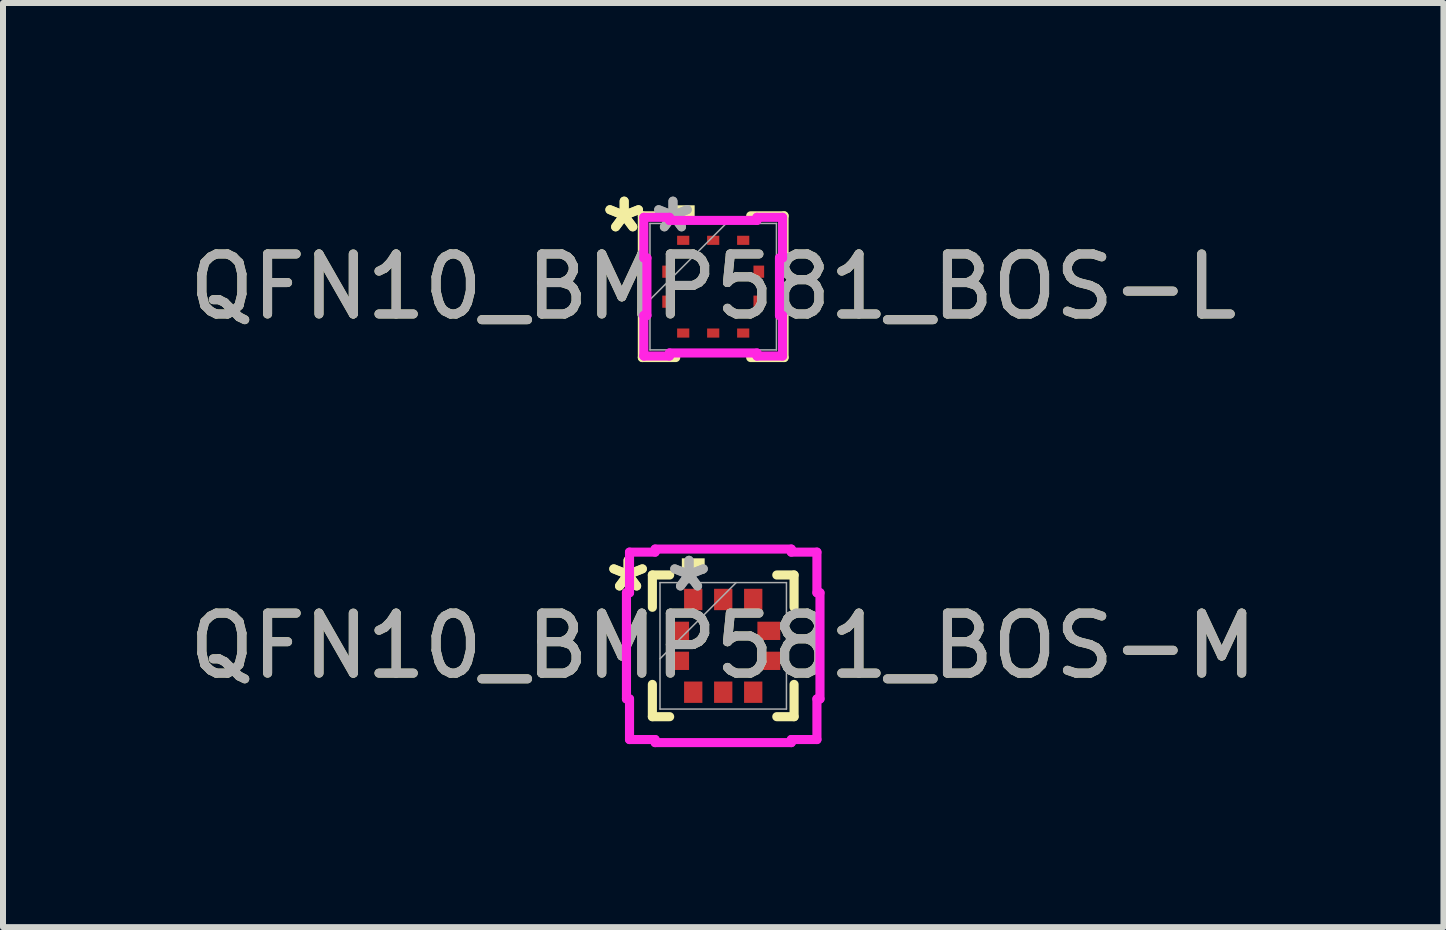
<source format=kicad_pcb>
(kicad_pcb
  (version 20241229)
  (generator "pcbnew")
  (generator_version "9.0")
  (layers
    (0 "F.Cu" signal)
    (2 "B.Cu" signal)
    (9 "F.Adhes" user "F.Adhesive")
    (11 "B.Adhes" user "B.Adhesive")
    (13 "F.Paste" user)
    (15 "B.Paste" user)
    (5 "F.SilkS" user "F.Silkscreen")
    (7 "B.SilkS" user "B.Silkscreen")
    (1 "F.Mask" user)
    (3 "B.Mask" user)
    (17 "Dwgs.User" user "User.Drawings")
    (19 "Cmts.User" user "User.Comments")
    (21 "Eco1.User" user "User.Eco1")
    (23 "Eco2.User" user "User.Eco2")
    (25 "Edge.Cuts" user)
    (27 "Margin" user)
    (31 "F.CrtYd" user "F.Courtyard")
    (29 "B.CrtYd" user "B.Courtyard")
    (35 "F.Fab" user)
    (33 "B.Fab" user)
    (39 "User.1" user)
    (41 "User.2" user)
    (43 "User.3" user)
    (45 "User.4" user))
  (footprint "QFN10_BMP581_BOS-L"
    (layer "F.Cu")
    (at 8.839 1.729)
    (property "Reference" "QFN10_BMP581_BOS-L" (at 0 0 0) (unlocked yes) (layer "F.SilkS") (effects (font (size 1 1) (thickness 0.15))))
    (attr smd)
    (fp_line (start -1.181 -1.181) (end -1.181 -0.375) (stroke (width 0.152) (type solid)) (layer "F.SilkS"))
    (fp_line (start -1.181 0.375) (end -1.181 1.181) (stroke (width 0.152) (type solid)) (layer "F.SilkS"))
    (fp_line (start -1.181 1.181) (end -0.625 1.181) (stroke (width 0.152) (type solid)) (layer "F.SilkS"))
    (fp_line (start -0.625 -1.181) (end -1.181 -1.181) (stroke (width 0.152) (type solid)) (layer "F.SilkS"))
    (fp_line (start 0.625 1.181) (end 1.181 1.181) (stroke (width 0.152) (type solid)) (layer "F.SilkS"))
    (fp_line (start 1.181 -1.181) (end 0.625 -1.181) (stroke (width 0.152) (type solid)) (layer "F.SilkS"))
    (fp_line (start 1.181 -0.375) (end 1.181 -1.181) (stroke (width 0.152) (type solid)) (layer "F.SilkS"))
    (fp_line (start 1.181 1.181) (end 1.181 0.375) (stroke (width 0.152) (type solid)) (layer "F.SilkS"))
    (fp_poly (pts (xy -0.69 -1.103) (xy -0.69 -1.357) (xy -0.309 -1.357) (xy -0.309 -1.103)) (stroke (width 0) (type solid)) (fill yes) (layer "F.SilkS"))
    (fp_line (start -1.156 -1.156) (end -0.729 -1.156) (stroke (width 0.152) (type solid)) (layer "F.CrtYd"))
    (fp_line (start -1.156 -0.479) (end -1.156 -1.156) (stroke (width 0.152) (type solid)) (layer "F.CrtYd"))
    (fp_line (start -1.156 0.479) (end -1.105 0.479) (stroke (width 0.152) (type solid)) (layer "F.CrtYd"))
    (fp_line (start -1.156 1.156) (end -1.156 0.479) (stroke (width 0.152) (type solid)) (layer "F.CrtYd"))
    (fp_line (start -1.156 1.156) (end -0.729 1.156) (stroke (width 0.152) (type solid)) (layer "F.CrtYd"))
    (fp_line (start -1.105 -0.479) (end -1.156 -0.479) (stroke (width 0.152) (type solid)) (layer "F.CrtYd"))
    (fp_line (start -1.105 0.479) (end -1.105 -0.479) (stroke (width 0.152) (type solid)) (layer "F.CrtYd"))
    (fp_line (start -0.729 -1.156) (end -0.729 -1.105) (stroke (width 0.152) (type solid)) (layer "F.CrtYd"))
    (fp_line (start -0.729 -1.105) (end 0.729 -1.105) (stroke (width 0.152) (type solid)) (layer "F.CrtYd"))
    (fp_line (start -0.729 1.105) (end 0.729 1.105) (stroke (width 0.152) (type solid)) (layer "F.CrtYd"))
    (fp_line (start -0.729 1.156) (end -0.729 1.105) (stroke (width 0.152) (type solid)) (layer "F.CrtYd"))
    (fp_line (start 0.729 -1.156) (end 1.156 -1.156) (stroke (width 0.152) (type solid)) (layer "F.CrtYd"))
    (fp_line (start 0.729 -1.105) (end 0.729 -1.156) (stroke (width 0.152) (type solid)) (layer "F.CrtYd"))
    (fp_line (start 0.729 1.105) (end 0.729 1.156) (stroke (width 0.152) (type solid)) (layer "F.CrtYd"))
    (fp_line (start 0.729 1.156) (end 1.156 1.156) (stroke (width 0.152) (type solid)) (layer "F.CrtYd"))
    (fp_line (start 1.105 -0.479) (end 1.156 -0.479) (stroke (width 0.152) (type solid)) (layer "F.CrtYd"))
    (fp_line (start 1.105 0.479) (end 1.105 -0.479) (stroke (width 0.152) (type solid)) (layer "F.CrtYd"))
    (fp_line (start 1.156 -0.479) (end 1.156 -1.156) (stroke (width 0.152) (type solid)) (layer "F.CrtYd"))
    (fp_line (start 1.156 0.479) (end 1.105 0.479) (stroke (width 0.152) (type solid)) (layer "F.CrtYd"))
    (fp_line (start 1.156 1.156) (end 1.156 0.479) (stroke (width 0.152) (type solid)) (layer "F.CrtYd"))
    (fp_line (start -1.054 -1.054) (end -1.054 1.054) (stroke (width 0.025) (type solid)) (layer "F.Fab"))
    (fp_line (start -1.054 0.216) (end 0.216 -1.054) (stroke (width 0.025) (type solid)) (layer "F.Fab"))
    (fp_line (start -1.054 1.054) (end 1.054 1.054) (stroke (width 0.025) (type solid)) (layer "F.Fab"))
    (fp_line (start 1.054 -1.054) (end -1.054 -1.054) (stroke (width 0.025) (type solid)) (layer "F.Fab"))
    (fp_line (start 1.054 1.054) (end 1.054 -1.054) (stroke (width 0.025) (type solid)) (layer "F.Fab"))
    (fp_text user "*" (at -1.484 -0.881 0) (unlocked yes) (layer "F.SilkS") (effects (font (size 1 1) (thickness 0.15))))
    (fp_text user "*" (at -1.484 -0.881 0) (layer "F.SilkS") (effects (font (size 1 1) (thickness 0.15))))
    (fp_text user "*" (at -0.671 -0.881 0) (unlocked yes) (layer "F.Fab") (effects (font (size 1 1) (thickness 0.15))))
    (fp_text user "*" (at -0.671 -0.881 0) (layer "F.Fab") (effects (font (size 1 1) (thickness 0.15))))
    (fp_text user "${REFERENCE}" (at 0 0 0) (unlocked yes) (layer "F.Fab") (effects (font (size 1 1) (thickness 0.15))))
    (pad "1" smd rect (at -0.76 -0.25 90) (size 0.203 0.178) (layers "F.Cu" "F.Mask" "F.Paste"))
    (pad "2" smd rect (at -0.76 0.25 90) (size 0.203 0.178) (layers "F.Cu" "F.Mask" "F.Paste"))
    (pad "3" smd rect (at -0.5 0.773) (size 0.203 0.152) (layers "F.Cu" "F.Mask" "F.Paste"))
    (pad "4" smd rect (at 0 0.773) (size 0.203 0.152) (layers "F.Cu" "F.Mask" "F.Paste"))
    (pad "5" smd rect (at 0.5 0.773) (size 0.203 0.152) (layers "F.Cu" "F.Mask" "F.Paste"))
    (pad "6" smd rect (at 0.76 0.25 90) (size 0.203 0.178) (layers "F.Cu" "F.Mask" "F.Paste"))
    (pad "7" smd rect (at 0.76 -0.25 90) (size 0.203 0.178) (layers "F.Cu" "F.Mask" "F.Paste"))
    (pad "8" smd rect (at 0.5 -0.773) (size 0.203 0.152) (layers "F.Cu" "F.Mask" "F.Paste"))
    (pad "9" smd rect (at 0 -0.773) (size 0.203 0.152) (layers "F.Cu" "F.Mask" "F.Paste"))
    (pad "10" smd rect (at -0.5 -0.773) (size 0.203 0.152) (layers "F.Cu" "F.Mask" "F.Paste")))
  (footprint "QFN10_BMP581_BOS-M"
    (layer "F.Cu")
    (at 9.006 7.716)
    (property "Reference" "QFN10_BMP581_BOS-M" (at 0 0 0) (unlocked yes) (layer "F.SilkS") (effects (font (size 1 1) (thickness 0.15))))
    (attr smd)
    (fp_line (start -1.181 -1.181) (end -1.181 -0.643) (stroke (width 0.152) (type solid)) (layer "F.SilkS"))
    (fp_line (start -1.181 0.643) (end -1.181 1.181) (stroke (width 0.152) (type solid)) (layer "F.SilkS"))
    (fp_line (start -1.181 1.181) (end -0.893 1.181) (stroke (width 0.152) (type solid)) (layer "F.SilkS"))
    (fp_line (start -0.893 -1.181) (end -1.181 -1.181) (stroke (width 0.152) (type solid)) (layer "F.SilkS"))
    (fp_line (start 0.893 1.181) (end 1.181 1.181) (stroke (width 0.152) (type solid)) (layer "F.SilkS"))
    (fp_line (start 1.181 -1.181) (end 0.893 -1.181) (stroke (width 0.152) (type solid)) (layer "F.SilkS"))
    (fp_line (start 1.181 -0.643) (end 1.181 -1.181) (stroke (width 0.152) (type solid)) (layer "F.SilkS"))
    (fp_line (start 1.181 1.181) (end 1.181 0.643) (stroke (width 0.152) (type solid)) (layer "F.SilkS"))
    (fp_poly (pts (xy -0.69 -1.205) (xy -0.69 -1.459) (xy -0.309 -1.459) (xy -0.309 -1.205)) (stroke (width 0) (type solid)) (fill yes) (layer "F.SilkS"))
    (fp_line (start -1.613 -0.885) (end -1.562 -0.885) (stroke (width 0.152) (type solid)) (layer "F.CrtYd"))
    (fp_line (start -1.613 0.885) (end -1.613 -0.885) (stroke (width 0.152) (type solid)) (layer "F.CrtYd"))
    (fp_line (start -1.562 -1.562) (end -1.135 -1.562) (stroke (width 0.152) (type solid)) (layer "F.CrtYd"))
    (fp_line (start -1.562 -0.885) (end -1.562 -1.562) (stroke (width 0.152) (type solid)) (layer "F.CrtYd"))
    (fp_line (start -1.562 0.885) (end -1.613 0.885) (stroke (width 0.152) (type solid)) (layer "F.CrtYd"))
    (fp_line (start -1.562 1.562) (end -1.562 0.885) (stroke (width 0.152) (type solid)) (layer "F.CrtYd"))
    (fp_line (start -1.562 1.562) (end -1.135 1.562) (stroke (width 0.152) (type solid)) (layer "F.CrtYd"))
    (fp_line (start -1.135 -1.613) (end 1.135 -1.613) (stroke (width 0.152) (type solid)) (layer "F.CrtYd"))
    (fp_line (start -1.135 -1.562) (end -1.135 -1.613) (stroke (width 0.152) (type solid)) (layer "F.CrtYd"))
    (fp_line (start -1.135 1.562) (end -1.135 1.613) (stroke (width 0.152) (type solid)) (layer "F.CrtYd"))
    (fp_line (start -1.135 1.613) (end 1.135 1.613) (stroke (width 0.152) (type solid)) (layer "F.CrtYd"))
    (fp_line (start 1.135 -1.613) (end 1.135 -1.562) (stroke (width 0.152) (type solid)) (layer "F.CrtYd"))
    (fp_line (start 1.135 -1.562) (end 1.562 -1.562) (stroke (width 0.152) (type solid)) (layer "F.CrtYd"))
    (fp_line (start 1.135 1.562) (end 1.562 1.562) (stroke (width 0.152) (type solid)) (layer "F.CrtYd"))
    (fp_line (start 1.135 1.613) (end 1.135 1.562) (stroke (width 0.152) (type solid)) (layer "F.CrtYd"))
    (fp_line (start 1.562 -0.885) (end 1.562 -1.562) (stroke (width 0.152) (type solid)) (layer "F.CrtYd"))
    (fp_line (start 1.562 0.885) (end 1.613 0.885) (stroke (width 0.152) (type solid)) (layer "F.CrtYd"))
    (fp_line (start 1.562 1.562) (end 1.562 0.885) (stroke (width 0.152) (type solid)) (layer "F.CrtYd"))
    (fp_line (start 1.613 -0.885) (end 1.562 -0.885) (stroke (width 0.152) (type solid)) (layer "F.CrtYd"))
    (fp_line (start 1.613 0.885) (end 1.613 -0.885) (stroke (width 0.152) (type solid)) (layer "F.CrtYd"))
    (fp_line (start -1.054 -1.054) (end -1.054 1.054) (stroke (width 0.025) (type solid)) (layer "F.Fab"))
    (fp_line (start -1.054 0.216) (end 0.216 -1.054) (stroke (width 0.025) (type solid)) (layer "F.Fab"))
    (fp_line (start -1.054 1.054) (end 1.054 1.054) (stroke (width 0.025) (type solid)) (layer "F.Fab"))
    (fp_line (start 1.054 -1.054) (end -1.054 -1.054) (stroke (width 0.025) (type solid)) (layer "F.Fab"))
    (fp_line (start 1.054 1.054) (end 1.054 -1.054) (stroke (width 0.025) (type solid)) (layer "F.Fab"))
    (fp_text user "*" (at -1.586 -0.881 0) (layer "F.SilkS") (effects (font (size 1 1) (thickness 0.15))))
    (fp_text user "*" (at -1.586 -0.881 0) (unlocked yes) (layer "F.SilkS") (effects (font (size 1 1) (thickness 0.15))))
    (fp_text user "${REFERENCE}" (at 0 0 0) (unlocked yes) (layer "F.Fab") (effects (font (size 1 1) (thickness 0.15))))
    (fp_text user "*" (at -0.57 -0.881 0) (unlocked yes) (layer "F.Fab") (effects (font (size 1 1) (thickness 0.15))))
    (fp_text user "*" (at -0.57 -0.881 0) (layer "F.Fab") (effects (font (size 1 1) (thickness 0.15))))
    (pad "1" smd rect (at -0.76 -0.25 90) (size 0.305 0.381) (layers "F.Cu" "F.Mask" "F.Paste"))
    (pad "2" smd rect (at -0.76 0.25 90) (size 0.305 0.381) (layers "F.Cu" "F.Mask" "F.Paste"))
    (pad "3" smd rect (at -0.5 0.773) (size 0.305 0.356) (layers "F.Cu" "F.Mask" "F.Paste"))
    (pad "4" smd rect (at 0 0.773) (size 0.305 0.356) (layers "F.Cu" "F.Mask" "F.Paste"))
    (pad "5" smd rect (at 0.5 0.773) (size 0.305 0.356) (layers "F.Cu" "F.Mask" "F.Paste"))
    (pad "6" smd rect (at 0.76 0.25 90) (size 0.305 0.381) (layers "F.Cu" "F.Mask" "F.Paste"))
    (pad "7" smd rect (at 0.76 -0.25 90) (size 0.305 0.381) (layers "F.Cu" "F.Mask" "F.Paste"))
    (pad "8" smd rect (at 0.5 -0.773) (size 0.305 0.356) (layers "F.Cu" "F.Mask" "F.Paste"))
    (pad "9" smd rect (at 0 -0.773) (size 0.305 0.356) (layers "F.Cu" "F.Mask" "F.Paste"))
    (pad "10" smd rect (at -0.5 -0.773) (size 0.305 0.356) (layers "F.Cu" "F.Mask" "F.Paste")))
  (gr_rect
    (start -3 -3)
    (end 21.012 12.405)
    (stroke (width 0.1) (type default))
    (fill no)
    (layer "Edge.Cuts")))
</source>
